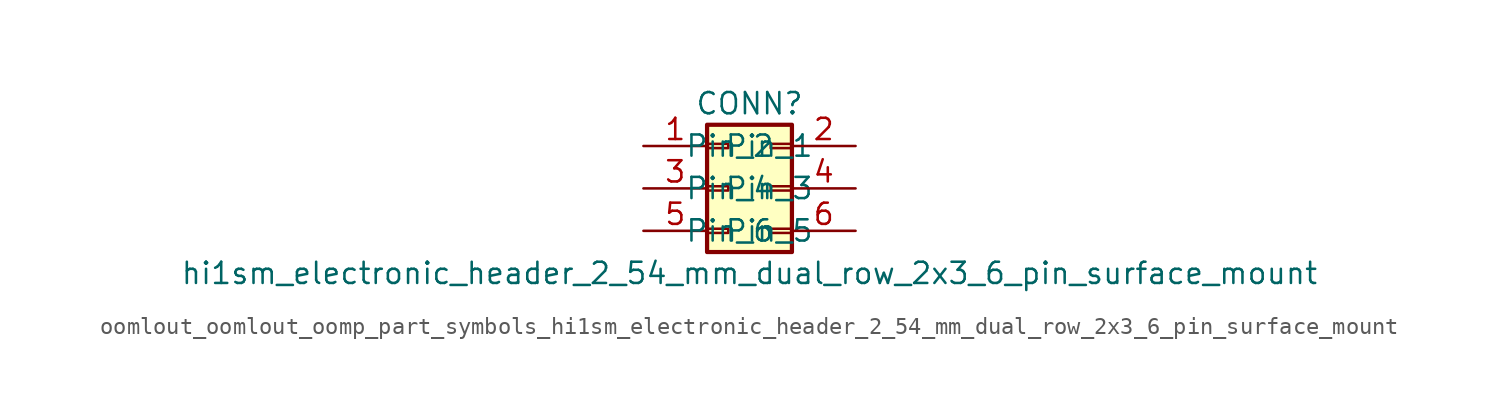
<source format=kicad_sym>
(kicad_symbol_lib
  (version 20220914)
  (generator kicad_symbol_editor)
  (symbol "oomlout_oomlout_oomp_part_symbols_hi1sm_electronic_header_2_54_mm_dual_row_2x3_6_pin_surface_mount"
    (pin_names
      (offset 1.016))
    (property "Reference" "CONN"
      (at 1.27 5.08 0)
      (effects (font (size 1.27 1.27))))
    (property "Value" "hi1sm_electronic_header_2_54_mm_dual_row_2x3_6_pin_surface_mount"
      (at 1.27 -5.08 0)
      (effects (font (size 1.27 1.27))))
    (symbol "oomlout_oomlout_oomp_part_symbols_hi1sm_electronic_header_2_54_mm_dual_row_2x3_6_pin_surface_mount_1_1"
      (rectangle (start -1.27 -2.413) (end 0 -2.667) (stroke (width 0.152) (type default)) (fill (type none)))
      (rectangle (start -1.27 0.127) (end 0 -0.127) (stroke (width 0.152) (type default)) (fill (type none)))
      (rectangle (start -1.27 2.667) (end 0 2.413) (stroke (width 0.152) (type default)) (fill (type none)))
      (rectangle (start -1.27 3.81) (end 3.81 -3.81) (stroke (width 0.254) (type default)) (fill (type background)))
      (rectangle (start 3.81 -2.413) (end 2.54 -2.667) (stroke (width 0.152) (type default)) (fill (type none)))
      (rectangle (start 3.81 0.127) (end 2.54 -0.127) (stroke (width 0.152) (type default)) (fill (type none)))
      (rectangle (start 3.81 2.667) (end 2.54 2.413) (stroke (width 0.152) (type default)) (fill (type none)))
      (pin passive line (at -5.08 2.54 0) (length 3.81) (name "Pin_1" (effects (font (size 1.27 1.27)))) (number "1" (effects (font (size 1.27 1.27)))))
      (pin passive line (at 7.62 2.54 180) (length 3.81) (name "Pin_2" (effects (font (size 1.27 1.27)))) (number "2" (effects (font (size 1.27 1.27)))))
      (pin passive line (at -5.08 0 0) (length 3.81) (name "Pin_3" (effects (font (size 1.27 1.27)))) (number "3" (effects (font (size 1.27 1.27)))))
      (pin passive line (at 7.62 0 180) (length 3.81) (name "Pin_4" (effects (font (size 1.27 1.27)))) (number "4" (effects (font (size 1.27 1.27)))))
      (pin passive line (at -5.08 -2.54 0) (length 3.81) (name "Pin_5" (effects (font (size 1.27 1.27)))) (number "5" (effects (font (size 1.27 1.27)))))
      (pin passive line (at 7.62 -2.54 180) (length 3.81) (name "Pin_6" (effects (font (size 1.27 1.27)))) (number "6" (effects (font (size 1.27 1.27))))))))
</source>
